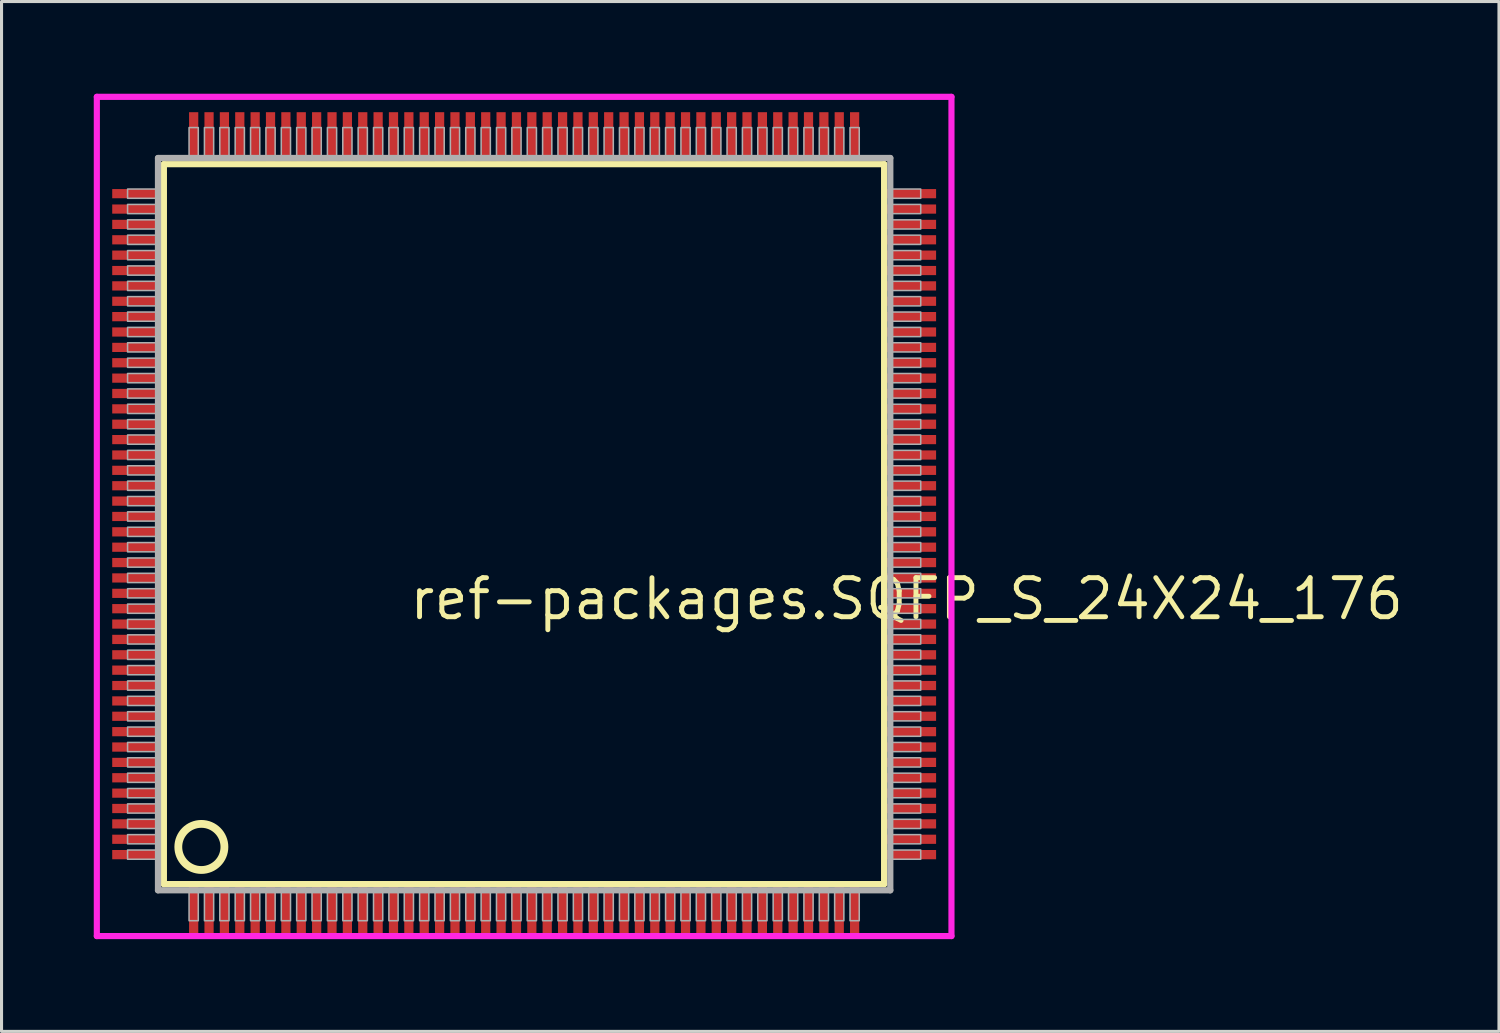
<source format=kicad_pcb>
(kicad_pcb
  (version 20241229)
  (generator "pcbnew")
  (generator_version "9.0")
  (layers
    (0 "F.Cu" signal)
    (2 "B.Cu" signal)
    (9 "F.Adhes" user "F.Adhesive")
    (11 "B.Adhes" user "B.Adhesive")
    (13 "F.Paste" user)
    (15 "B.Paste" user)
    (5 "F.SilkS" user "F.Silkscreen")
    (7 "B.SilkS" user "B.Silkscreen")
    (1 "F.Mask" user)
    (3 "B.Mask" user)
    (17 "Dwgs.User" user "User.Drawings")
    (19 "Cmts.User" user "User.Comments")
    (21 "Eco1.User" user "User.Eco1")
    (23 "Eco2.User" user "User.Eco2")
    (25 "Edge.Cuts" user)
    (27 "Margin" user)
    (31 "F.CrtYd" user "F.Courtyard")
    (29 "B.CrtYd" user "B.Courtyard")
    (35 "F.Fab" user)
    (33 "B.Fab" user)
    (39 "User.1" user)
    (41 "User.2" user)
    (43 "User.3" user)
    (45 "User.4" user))
  (footprint "ref-packages.SQFP_S_24X24_176"
    (layer "F.Cu")
    (at 14 14)
    (property "Reference" "ref-packages.SQFP_S_24X24_176" (at -3.81 3.175 0) (layer "F.SilkS") (effects (font (size 1.27 1.27) (thickness 0.16)) (justify left bottom)))
    (attr smd)
    (fp_line (start -11.72 -11.71) (end 11.71 -11.71) (stroke (width 0.203) (type default)) (layer "F.SilkS"))
    (fp_line (start -11.72 11.71) (end -11.72 -11.71) (stroke (width 0.203) (type default)) (layer "F.SilkS"))
    (fp_line (start 11.71 -11.71) (end 11.71 11.71) (stroke (width 0.203) (type default)) (layer "F.SilkS"))
    (fp_line (start 11.71 11.71) (end -11.72 11.71) (stroke (width 0.203) (type default)) (layer "F.SilkS"))
    (fp_circle (center -10.5 10.5) (end -9.75 10.5) (stroke (width 0.254) (type default)) (fill no) (layer "F.SilkS"))
    (fp_line (start -13.9 -13.9) (end 13.9 -13.9) (stroke (width 0.2) (type default)) (layer "F.CrtYd"))
    (fp_line (start -13.9 13.4) (end -13.9 -13.9) (stroke (width 0.2) (type default)) (layer "F.CrtYd"))
    (fp_line (start 13.9 -13.9) (end 13.9 13.4) (stroke (width 0.2) (type default)) (layer "F.CrtYd"))
    (fp_line (start 13.9 13.4) (end -13.9 13.4) (stroke (width 0.2) (type default)) (layer "F.CrtYd"))
    (fp_line (start -11.91 -11.91) (end -11.91 11.91) (stroke (width 0.203) (type default)) (layer "F.Fab"))
    (fp_line (start -11.91 11.91) (end 11.91 11.91) (stroke (width 0.203) (type default)) (layer "F.Fab"))
    (fp_line (start 11.91 -11.91) (end -11.91 -11.91) (stroke (width 0.203) (type default)) (layer "F.Fab"))
    (fp_line (start 11.91 11.91) (end 11.91 -11.91) (stroke (width 0.203) (type default)) (layer "F.Fab"))
    (fp_rect (start -12.9 -10.6) (end -11.95 -10.9) (stroke (width 0.05) (type default)) (fill no) (layer "F.Fab"))
    (fp_rect (start -12.9 -10.1) (end -11.95 -10.4) (stroke (width 0.05) (type default)) (fill no) (layer "F.Fab"))
    (fp_rect (start -12.9 -9.6) (end -11.95 -9.9) (stroke (width 0.05) (type default)) (fill no) (layer "F.Fab"))
    (fp_rect (start -12.9 -9.1) (end -11.95 -9.4) (stroke (width 0.05) (type default)) (fill no) (layer "F.Fab"))
    (fp_rect (start -12.9 -8.6) (end -11.95 -8.9) (stroke (width 0.05) (type default)) (fill no) (layer "F.Fab"))
    (fp_rect (start -12.9 -8.1) (end -11.95 -8.4) (stroke (width 0.05) (type default)) (fill no) (layer "F.Fab"))
    (fp_rect (start -12.9 -7.6) (end -11.95 -7.9) (stroke (width 0.05) (type default)) (fill no) (layer "F.Fab"))
    (fp_rect (start -12.9 -7.1) (end -11.95 -7.4) (stroke (width 0.05) (type default)) (fill no) (layer "F.Fab"))
    (fp_rect (start -12.9 -6.6) (end -11.95 -6.9) (stroke (width 0.05) (type default)) (fill no) (layer "F.Fab"))
    (fp_rect (start -12.9 -6.1) (end -11.95 -6.4) (stroke (width 0.05) (type default)) (fill no) (layer "F.Fab"))
    (fp_rect (start -12.9 -5.6) (end -11.95 -5.9) (stroke (width 0.05) (type default)) (fill no) (layer "F.Fab"))
    (fp_rect (start -12.9 -5.1) (end -11.95 -5.4) (stroke (width 0.05) (type default)) (fill no) (layer "F.Fab"))
    (fp_rect (start -12.9 -4.6) (end -11.95 -4.9) (stroke (width 0.05) (type default)) (fill no) (layer "F.Fab"))
    (fp_rect (start -12.9 -4.1) (end -11.95 -4.4) (stroke (width 0.05) (type default)) (fill no) (layer "F.Fab"))
    (fp_rect (start -12.9 -3.6) (end -11.95 -3.9) (stroke (width 0.05) (type default)) (fill no) (layer "F.Fab"))
    (fp_rect (start -12.9 -3.1) (end -11.95 -3.4) (stroke (width 0.05) (type default)) (fill no) (layer "F.Fab"))
    (fp_rect (start -12.9 -2.6) (end -11.95 -2.9) (stroke (width 0.05) (type default)) (fill no) (layer "F.Fab"))
    (fp_rect (start -12.9 -2.1) (end -11.95 -2.4) (stroke (width 0.05) (type default)) (fill no) (layer "F.Fab"))
    (fp_rect (start -12.9 -1.6) (end -11.95 -1.9) (stroke (width 0.05) (type default)) (fill no) (layer "F.Fab"))
    (fp_rect (start -12.9 -1.1) (end -11.95 -1.4) (stroke (width 0.05) (type default)) (fill no) (layer "F.Fab"))
    (fp_rect (start -12.9 -0.6) (end -11.95 -0.9) (stroke (width 0.05) (type default)) (fill no) (layer "F.Fab"))
    (fp_rect (start -12.9 -0.1) (end -11.95 -0.4) (stroke (width 0.05) (type default)) (fill no) (layer "F.Fab"))
    (fp_rect (start -12.9 0.4) (end -11.95 0.1) (stroke (width 0.05) (type default)) (fill no) (layer "F.Fab"))
    (fp_rect (start -12.9 0.9) (end -11.95 0.6) (stroke (width 0.05) (type default)) (fill no) (layer "F.Fab"))
    (fp_rect (start -12.9 1.4) (end -11.95 1.1) (stroke (width 0.05) (type default)) (fill no) (layer "F.Fab"))
    (fp_rect (start -12.9 1.9) (end -11.95 1.6) (stroke (width 0.05) (type default)) (fill no) (layer "F.Fab"))
    (fp_rect (start -12.9 2.4) (end -11.95 2.1) (stroke (width 0.05) (type default)) (fill no) (layer "F.Fab"))
    (fp_rect (start -12.9 2.9) (end -11.95 2.6) (stroke (width 0.05) (type default)) (fill no) (layer "F.Fab"))
    (fp_rect (start -12.9 3.4) (end -11.95 3.1) (stroke (width 0.05) (type default)) (fill no) (layer "F.Fab"))
    (fp_rect (start -12.9 3.9) (end -11.95 3.6) (stroke (width 0.05) (type default)) (fill no) (layer "F.Fab"))
    (fp_rect (start -12.9 4.4) (end -11.95 4.1) (stroke (width 0.05) (type default)) (fill no) (layer "F.Fab"))
    (fp_rect (start -12.9 4.9) (end -11.95 4.6) (stroke (width 0.05) (type default)) (fill no) (layer "F.Fab"))
    (fp_rect (start -12.9 5.4) (end -11.95 5.1) (stroke (width 0.05) (type default)) (fill no) (layer "F.Fab"))
    (fp_rect (start -12.9 5.9) (end -11.95 5.6) (stroke (width 0.05) (type default)) (fill no) (layer "F.Fab"))
    (fp_rect (start -12.9 6.4) (end -11.95 6.1) (stroke (width 0.05) (type default)) (fill no) (layer "F.Fab"))
    (fp_rect (start -12.9 6.9) (end -11.95 6.6) (stroke (width 0.05) (type default)) (fill no) (layer "F.Fab"))
    (fp_rect (start -12.9 7.4) (end -11.95 7.1) (stroke (width 0.05) (type default)) (fill no) (layer "F.Fab"))
    (fp_rect (start -12.9 7.9) (end -11.95 7.6) (stroke (width 0.05) (type default)) (fill no) (layer "F.Fab"))
    (fp_rect (start -12.9 8.4) (end -11.95 8.1) (stroke (width 0.05) (type default)) (fill no) (layer "F.Fab"))
    (fp_rect (start -12.9 8.9) (end -11.95 8.6) (stroke (width 0.05) (type default)) (fill no) (layer "F.Fab"))
    (fp_rect (start -12.9 9.4) (end -11.95 9.1) (stroke (width 0.05) (type default)) (fill no) (layer "F.Fab"))
    (fp_rect (start -12.9 9.9) (end -11.95 9.6) (stroke (width 0.05) (type default)) (fill no) (layer "F.Fab"))
    (fp_rect (start -12.9 10.4) (end -11.95 10.1) (stroke (width 0.05) (type default)) (fill no) (layer "F.Fab"))
    (fp_rect (start -12.9 10.9) (end -11.95 10.6) (stroke (width 0.05) (type default)) (fill no) (layer "F.Fab"))
    (fp_rect (start -10.9 -11.95) (end -10.6 -12.9) (stroke (width 0.05) (type default)) (fill no) (layer "F.Fab"))
    (fp_rect (start -10.9 12.9) (end -10.6 11.95) (stroke (width 0.05) (type default)) (fill no) (layer "F.Fab"))
    (fp_rect (start -10.4 -11.95) (end -10.1 -12.9) (stroke (width 0.05) (type default)) (fill no) (layer "F.Fab"))
    (fp_rect (start -10.4 12.9) (end -10.1 11.95) (stroke (width 0.05) (type default)) (fill no) (layer "F.Fab"))
    (fp_rect (start -9.9 -11.95) (end -9.6 -12.9) (stroke (width 0.05) (type default)) (fill no) (layer "F.Fab"))
    (fp_rect (start -9.9 12.9) (end -9.6 11.95) (stroke (width 0.05) (type default)) (fill no) (layer "F.Fab"))
    (fp_rect (start -9.4 -11.95) (end -9.1 -12.9) (stroke (width 0.05) (type default)) (fill no) (layer "F.Fab"))
    (fp_rect (start -9.4 12.9) (end -9.1 11.95) (stroke (width 0.05) (type default)) (fill no) (layer "F.Fab"))
    (fp_rect (start -8.9 -11.95) (end -8.6 -12.9) (stroke (width 0.05) (type default)) (fill no) (layer "F.Fab"))
    (fp_rect (start -8.9 12.9) (end -8.6 11.95) (stroke (width 0.05) (type default)) (fill no) (layer "F.Fab"))
    (fp_rect (start -8.4 -11.95) (end -8.1 -12.9) (stroke (width 0.05) (type default)) (fill no) (layer "F.Fab"))
    (fp_rect (start -8.4 12.9) (end -8.1 11.95) (stroke (width 0.05) (type default)) (fill no) (layer "F.Fab"))
    (fp_rect (start -7.9 -11.95) (end -7.6 -12.9) (stroke (width 0.05) (type default)) (fill no) (layer "F.Fab"))
    (fp_rect (start -7.9 12.9) (end -7.6 11.95) (stroke (width 0.05) (type default)) (fill no) (layer "F.Fab"))
    (fp_rect (start -7.4 -11.95) (end -7.1 -12.9) (stroke (width 0.05) (type default)) (fill no) (layer "F.Fab"))
    (fp_rect (start -7.4 12.9) (end -7.1 11.95) (stroke (width 0.05) (type default)) (fill no) (layer "F.Fab"))
    (fp_rect (start -6.9 -11.95) (end -6.6 -12.9) (stroke (width 0.05) (type default)) (fill no) (layer "F.Fab"))
    (fp_rect (start -6.9 12.9) (end -6.6 11.95) (stroke (width 0.05) (type default)) (fill no) (layer "F.Fab"))
    (fp_rect (start -6.4 -11.95) (end -6.1 -12.9) (stroke (width 0.05) (type default)) (fill no) (layer "F.Fab"))
    (fp_rect (start -6.4 12.9) (end -6.1 11.95) (stroke (width 0.05) (type default)) (fill no) (layer "F.Fab"))
    (fp_rect (start -5.9 -11.95) (end -5.6 -12.9) (stroke (width 0.05) (type default)) (fill no) (layer "F.Fab"))
    (fp_rect (start -5.9 12.9) (end -5.6 11.95) (stroke (width 0.05) (type default)) (fill no) (layer "F.Fab"))
    (fp_rect (start -5.4 -11.95) (end -5.1 -12.9) (stroke (width 0.05) (type default)) (fill no) (layer "F.Fab"))
    (fp_rect (start -5.4 12.9) (end -5.1 11.95) (stroke (width 0.05) (type default)) (fill no) (layer "F.Fab"))
    (fp_rect (start -4.9 -11.95) (end -4.6 -12.9) (stroke (width 0.05) (type default)) (fill no) (layer "F.Fab"))
    (fp_rect (start -4.9 12.9) (end -4.6 11.95) (stroke (width 0.05) (type default)) (fill no) (layer "F.Fab"))
    (fp_rect (start -4.4 -11.95) (end -4.1 -12.9) (stroke (width 0.05) (type default)) (fill no) (layer "F.Fab"))
    (fp_rect (start -4.4 12.9) (end -4.1 11.95) (stroke (width 0.05) (type default)) (fill no) (layer "F.Fab"))
    (fp_rect (start -3.9 -11.95) (end -3.6 -12.9) (stroke (width 0.05) (type default)) (fill no) (layer "F.Fab"))
    (fp_rect (start -3.9 12.9) (end -3.6 11.95) (stroke (width 0.05) (type default)) (fill no) (layer "F.Fab"))
    (fp_rect (start -3.4 -11.95) (end -3.1 -12.9) (stroke (width 0.05) (type default)) (fill no) (layer "F.Fab"))
    (fp_rect (start -3.4 12.9) (end -3.1 11.95) (stroke (width 0.05) (type default)) (fill no) (layer "F.Fab"))
    (fp_rect (start -2.9 -11.95) (end -2.6 -12.9) (stroke (width 0.05) (type default)) (fill no) (layer "F.Fab"))
    (fp_rect (start -2.9 12.9) (end -2.6 11.95) (stroke (width 0.05) (type default)) (fill no) (layer "F.Fab"))
    (fp_rect (start -2.4 -11.95) (end -2.1 -12.9) (stroke (width 0.05) (type default)) (fill no) (layer "F.Fab"))
    (fp_rect (start -2.4 12.9) (end -2.1 11.95) (stroke (width 0.05) (type default)) (fill no) (layer "F.Fab"))
    (fp_rect (start -1.9 -11.95) (end -1.6 -12.9) (stroke (width 0.05) (type default)) (fill no) (layer "F.Fab"))
    (fp_rect (start -1.9 12.9) (end -1.6 11.95) (stroke (width 0.05) (type default)) (fill no) (layer "F.Fab"))
    (fp_rect (start -1.4 -11.95) (end -1.1 -12.9) (stroke (width 0.05) (type default)) (fill no) (layer "F.Fab"))
    (fp_rect (start -1.4 12.9) (end -1.1 11.95) (stroke (width 0.05) (type default)) (fill no) (layer "F.Fab"))
    (fp_rect (start -0.9 -11.95) (end -0.6 -12.9) (stroke (width 0.05) (type default)) (fill no) (layer "F.Fab"))
    (fp_rect (start -0.9 12.9) (end -0.6 11.95) (stroke (width 0.05) (type default)) (fill no) (layer "F.Fab"))
    (fp_rect (start -0.4 -11.95) (end -0.1 -12.9) (stroke (width 0.05) (type default)) (fill no) (layer "F.Fab"))
    (fp_rect (start -0.4 12.9) (end -0.1 11.95) (stroke (width 0.05) (type default)) (fill no) (layer "F.Fab"))
    (fp_rect (start 0.1 -11.95) (end 0.4 -12.9) (stroke (width 0.05) (type default)) (fill no) (layer "F.Fab"))
    (fp_rect (start 0.1 12.9) (end 0.4 11.95) (stroke (width 0.05) (type default)) (fill no) (layer "F.Fab"))
    (fp_rect (start 0.6 -11.95) (end 0.9 -12.9) (stroke (width 0.05) (type default)) (fill no) (layer "F.Fab"))
    (fp_rect (start 0.6 12.9) (end 0.9 11.95) (stroke (width 0.05) (type default)) (fill no) (layer "F.Fab"))
    (fp_rect (start 1.1 -11.95) (end 1.4 -12.9) (stroke (width 0.05) (type default)) (fill no) (layer "F.Fab"))
    (fp_rect (start 1.1 12.9) (end 1.4 11.95) (stroke (width 0.05) (type default)) (fill no) (layer "F.Fab"))
    (fp_rect (start 1.6 -11.95) (end 1.9 -12.9) (stroke (width 0.05) (type default)) (fill no) (layer "F.Fab"))
    (fp_rect (start 1.6 12.9) (end 1.9 11.95) (stroke (width 0.05) (type default)) (fill no) (layer "F.Fab"))
    (fp_rect (start 2.1 -11.95) (end 2.4 -12.9) (stroke (width 0.05) (type default)) (fill no) (layer "F.Fab"))
    (fp_rect (start 2.1 12.9) (end 2.4 11.95) (stroke (width 0.05) (type default)) (fill no) (layer "F.Fab"))
    (fp_rect (start 2.6 -11.95) (end 2.9 -12.9) (stroke (width 0.05) (type default)) (fill no) (layer "F.Fab"))
    (fp_rect (start 2.6 12.9) (end 2.9 11.95) (stroke (width 0.05) (type default)) (fill no) (layer "F.Fab"))
    (fp_rect (start 3.1 -11.95) (end 3.4 -12.9) (stroke (width 0.05) (type default)) (fill no) (layer "F.Fab"))
    (fp_rect (start 3.1 12.9) (end 3.4 11.95) (stroke (width 0.05) (type default)) (fill no) (layer "F.Fab"))
    (fp_rect (start 3.6 -11.95) (end 3.9 -12.9) (stroke (width 0.05) (type default)) (fill no) (layer "F.Fab"))
    (fp_rect (start 3.6 12.9) (end 3.9 11.95) (stroke (width 0.05) (type default)) (fill no) (layer "F.Fab"))
    (fp_rect (start 4.1 -11.95) (end 4.4 -12.9) (stroke (width 0.05) (type default)) (fill no) (layer "F.Fab"))
    (fp_rect (start 4.1 12.9) (end 4.4 11.95) (stroke (width 0.05) (type default)) (fill no) (layer "F.Fab"))
    (fp_rect (start 4.6 -11.95) (end 4.9 -12.9) (stroke (width 0.05) (type default)) (fill no) (layer "F.Fab"))
    (fp_rect (start 4.6 12.9) (end 4.9 11.95) (stroke (width 0.05) (type default)) (fill no) (layer "F.Fab"))
    (fp_rect (start 5.1 -11.95) (end 5.4 -12.9) (stroke (width 0.05) (type default)) (fill no) (layer "F.Fab"))
    (fp_rect (start 5.1 12.9) (end 5.4 11.95) (stroke (width 0.05) (type default)) (fill no) (layer "F.Fab"))
    (fp_rect (start 5.6 -11.95) (end 5.9 -12.9) (stroke (width 0.05) (type default)) (fill no) (layer "F.Fab"))
    (fp_rect (start 5.6 12.9) (end 5.9 11.95) (stroke (width 0.05) (type default)) (fill no) (layer "F.Fab"))
    (fp_rect (start 6.1 -11.95) (end 6.4 -12.9) (stroke (width 0.05) (type default)) (fill no) (layer "F.Fab"))
    (fp_rect (start 6.1 12.9) (end 6.4 11.95) (stroke (width 0.05) (type default)) (fill no) (layer "F.Fab"))
    (fp_rect (start 6.6 -11.95) (end 6.9 -12.9) (stroke (width 0.05) (type default)) (fill no) (layer "F.Fab"))
    (fp_rect (start 6.6 12.9) (end 6.9 11.95) (stroke (width 0.05) (type default)) (fill no) (layer "F.Fab"))
    (fp_rect (start 7.1 -11.95) (end 7.4 -12.9) (stroke (width 0.05) (type default)) (fill no) (layer "F.Fab"))
    (fp_rect (start 7.1 12.9) (end 7.4 11.95) (stroke (width 0.05) (type default)) (fill no) (layer "F.Fab"))
    (fp_rect (start 7.6 -11.95) (end 7.9 -12.9) (stroke (width 0.05) (type default)) (fill no) (layer "F.Fab"))
    (fp_rect (start 7.6 12.9) (end 7.9 11.95) (stroke (width 0.05) (type default)) (fill no) (layer "F.Fab"))
    (fp_rect (start 8.1 -11.95) (end 8.4 -12.9) (stroke (width 0.05) (type default)) (fill no) (layer "F.Fab"))
    (fp_rect (start 8.1 12.9) (end 8.4 11.95) (stroke (width 0.05) (type default)) (fill no) (layer "F.Fab"))
    (fp_rect (start 8.6 -11.95) (end 8.9 -12.9) (stroke (width 0.05) (type default)) (fill no) (layer "F.Fab"))
    (fp_rect (start 8.6 12.9) (end 8.9 11.95) (stroke (width 0.05) (type default)) (fill no) (layer "F.Fab"))
    (fp_rect (start 9.1 -11.95) (end 9.4 -12.9) (stroke (width 0.05) (type default)) (fill no) (layer "F.Fab"))
    (fp_rect (start 9.1 12.9) (end 9.4 11.95) (stroke (width 0.05) (type default)) (fill no) (layer "F.Fab"))
    (fp_rect (start 9.6 -11.95) (end 9.9 -12.9) (stroke (width 0.05) (type default)) (fill no) (layer "F.Fab"))
    (fp_rect (start 9.6 12.9) (end 9.9 11.95) (stroke (width 0.05) (type default)) (fill no) (layer "F.Fab"))
    (fp_rect (start 10.1 -11.95) (end 10.4 -12.9) (stroke (width 0.05) (type default)) (fill no) (layer "F.Fab"))
    (fp_rect (start 10.1 12.9) (end 10.4 11.95) (stroke (width 0.05) (type default)) (fill no) (layer "F.Fab"))
    (fp_rect (start 10.6 -11.95) (end 10.9 -12.9) (stroke (width 0.05) (type default)) (fill no) (layer "F.Fab"))
    (fp_rect (start 10.6 12.9) (end 10.9 11.95) (stroke (width 0.05) (type default)) (fill no) (layer "F.Fab"))
    (fp_rect (start 11.95 -10.6) (end 12.9 -10.9) (stroke (width 0.05) (type default)) (fill no) (layer "F.Fab"))
    (fp_rect (start 11.95 -10.1) (end 12.9 -10.4) (stroke (width 0.05) (type default)) (fill no) (layer "F.Fab"))
    (fp_rect (start 11.95 -9.6) (end 12.9 -9.9) (stroke (width 0.05) (type default)) (fill no) (layer "F.Fab"))
    (fp_rect (start 11.95 -9.1) (end 12.9 -9.4) (stroke (width 0.05) (type default)) (fill no) (layer "F.Fab"))
    (fp_rect (start 11.95 -8.6) (end 12.9 -8.9) (stroke (width 0.05) (type default)) (fill no) (layer "F.Fab"))
    (fp_rect (start 11.95 -8.1) (end 12.9 -8.4) (stroke (width 0.05) (type default)) (fill no) (layer "F.Fab"))
    (fp_rect (start 11.95 -7.6) (end 12.9 -7.9) (stroke (width 0.05) (type default)) (fill no) (layer "F.Fab"))
    (fp_rect (start 11.95 -7.1) (end 12.9 -7.4) (stroke (width 0.05) (type default)) (fill no) (layer "F.Fab"))
    (fp_rect (start 11.95 -6.6) (end 12.9 -6.9) (stroke (width 0.05) (type default)) (fill no) (layer "F.Fab"))
    (fp_rect (start 11.95 -6.1) (end 12.9 -6.4) (stroke (width 0.05) (type default)) (fill no) (layer "F.Fab"))
    (fp_rect (start 11.95 -5.6) (end 12.9 -5.9) (stroke (width 0.05) (type default)) (fill no) (layer "F.Fab"))
    (fp_rect (start 11.95 -5.1) (end 12.9 -5.4) (stroke (width 0.05) (type default)) (fill no) (layer "F.Fab"))
    (fp_rect (start 11.95 -4.6) (end 12.9 -4.9) (stroke (width 0.05) (type default)) (fill no) (layer "F.Fab"))
    (fp_rect (start 11.95 -4.1) (end 12.9 -4.4) (stroke (width 0.05) (type default)) (fill no) (layer "F.Fab"))
    (fp_rect (start 11.95 -3.6) (end 12.9 -3.9) (stroke (width 0.05) (type default)) (fill no) (layer "F.Fab"))
    (fp_rect (start 11.95 -3.1) (end 12.9 -3.4) (stroke (width 0.05) (type default)) (fill no) (layer "F.Fab"))
    (fp_rect (start 11.95 -2.6) (end 12.9 -2.9) (stroke (width 0.05) (type default)) (fill no) (layer "F.Fab"))
    (fp_rect (start 11.95 -2.1) (end 12.9 -2.4) (stroke (width 0.05) (type default)) (fill no) (layer "F.Fab"))
    (fp_rect (start 11.95 -1.6) (end 12.9 -1.9) (stroke (width 0.05) (type default)) (fill no) (layer "F.Fab"))
    (fp_rect (start 11.95 -1.1) (end 12.9 -1.4) (stroke (width 0.05) (type default)) (fill no) (layer "F.Fab"))
    (fp_rect (start 11.95 -0.6) (end 12.9 -0.9) (stroke (width 0.05) (type default)) (fill no) (layer "F.Fab"))
    (fp_rect (start 11.95 -0.1) (end 12.9 -0.4) (stroke (width 0.05) (type default)) (fill no) (layer "F.Fab"))
    (fp_rect (start 11.95 0.4) (end 12.9 0.1) (stroke (width 0.05) (type default)) (fill no) (layer "F.Fab"))
    (fp_rect (start 11.95 0.9) (end 12.9 0.6) (stroke (width 0.05) (type default)) (fill no) (layer "F.Fab"))
    (fp_rect (start 11.95 1.4) (end 12.9 1.1) (stroke (width 0.05) (type default)) (fill no) (layer "F.Fab"))
    (fp_rect (start 11.95 1.9) (end 12.9 1.6) (stroke (width 0.05) (type default)) (fill no) (layer "F.Fab"))
    (fp_rect (start 11.95 2.4) (end 12.9 2.1) (stroke (width 0.05) (type default)) (fill no) (layer "F.Fab"))
    (fp_rect (start 11.95 2.9) (end 12.9 2.6) (stroke (width 0.05) (type default)) (fill no) (layer "F.Fab"))
    (fp_rect (start 11.95 3.4) (end 12.9 3.1) (stroke (width 0.05) (type default)) (fill no) (layer "F.Fab"))
    (fp_rect (start 11.95 3.9) (end 12.9 3.6) (stroke (width 0.05) (type default)) (fill no) (layer "F.Fab"))
    (fp_rect (start 11.95 4.4) (end 12.9 4.1) (stroke (width 0.05) (type default)) (fill no) (layer "F.Fab"))
    (fp_rect (start 11.95 4.9) (end 12.9 4.6) (stroke (width 0.05) (type default)) (fill no) (layer "F.Fab"))
    (fp_rect (start 11.95 5.4) (end 12.9 5.1) (stroke (width 0.05) (type default)) (fill no) (layer "F.Fab"))
    (fp_rect (start 11.95 5.9) (end 12.9 5.6) (stroke (width 0.05) (type default)) (fill no) (layer "F.Fab"))
    (fp_rect (start 11.95 6.4) (end 12.9 6.1) (stroke (width 0.05) (type default)) (fill no) (layer "F.Fab"))
    (fp_rect (start 11.95 6.9) (end 12.9 6.6) (stroke (width 0.05) (type default)) (fill no) (layer "F.Fab"))
    (fp_rect (start 11.95 7.4) (end 12.9 7.1) (stroke (width 0.05) (type default)) (fill no) (layer "F.Fab"))
    (fp_rect (start 11.95 7.9) (end 12.9 7.6) (stroke (width 0.05) (type default)) (fill no) (layer "F.Fab"))
    (fp_rect (start 11.95 8.4) (end 12.9 8.1) (stroke (width 0.05) (type default)) (fill no) (layer "F.Fab"))
    (fp_rect (start 11.95 8.9) (end 12.9 8.6) (stroke (width 0.05) (type default)) (fill no) (layer "F.Fab"))
    (fp_rect (start 11.95 9.4) (end 12.9 9.1) (stroke (width 0.05) (type default)) (fill no) (layer "F.Fab"))
    (fp_rect (start 11.95 9.9) (end 12.9 9.6) (stroke (width 0.05) (type default)) (fill no) (layer "F.Fab"))
    (fp_rect (start 11.95 10.4) (end 12.9 10.1) (stroke (width 0.05) (type default)) (fill no) (layer "F.Fab"))
    (fp_rect (start 11.95 10.9) (end 12.9 10.6) (stroke (width 0.05) (type default)) (fill no) (layer "F.Fab"))
    (pad "1" smd roundrect (at -10.75 12.6) (size 0.3 1.6) (layers "F.Cu" "F.Mask" "F.Paste") (roundrect_rratio 0.01))
    (pad "2" smd roundrect (at -10.25 12.6) (size 0.3 1.6) (layers "F.Cu" "F.Mask" "F.Paste") (roundrect_rratio 0.01))
    (pad "3" smd roundrect (at -9.75 12.6) (size 0.3 1.6) (layers "F.Cu" "F.Mask" "F.Paste") (roundrect_rratio 0.01))
    (pad "4" smd roundrect (at -9.25 12.6) (size 0.3 1.6) (layers "F.Cu" "F.Mask" "F.Paste") (roundrect_rratio 0.01))
    (pad "5" smd roundrect (at -8.75 12.6) (size 0.3 1.6) (layers "F.Cu" "F.Mask" "F.Paste") (roundrect_rratio 0.01))
    (pad "6" smd roundrect (at -8.25 12.6) (size 0.3 1.6) (layers "F.Cu" "F.Mask" "F.Paste") (roundrect_rratio 0.01))
    (pad "7" smd roundrect (at -7.75 12.6) (size 0.3 1.6) (layers "F.Cu" "F.Mask" "F.Paste") (roundrect_rratio 0.01))
    (pad "8" smd roundrect (at -7.25 12.6) (size 0.3 1.6) (layers "F.Cu" "F.Mask" "F.Paste") (roundrect_rratio 0.01))
    (pad "9" smd roundrect (at -6.75 12.6) (size 0.3 1.6) (layers "F.Cu" "F.Mask" "F.Paste") (roundrect_rratio 0.01))
    (pad "10" smd roundrect (at -6.25 12.6) (size 0.3 1.6) (layers "F.Cu" "F.Mask" "F.Paste") (roundrect_rratio 0.01))
    (pad "11" smd roundrect (at -5.75 12.6) (size 0.3 1.6) (layers "F.Cu" "F.Mask" "F.Paste") (roundrect_rratio 0.01))
    (pad "12" smd roundrect (at -5.25 12.6) (size 0.3 1.6) (layers "F.Cu" "F.Mask" "F.Paste") (roundrect_rratio 0.01))
    (pad "13" smd roundrect (at -4.75 12.6) (size 0.3 1.6) (layers "F.Cu" "F.Mask" "F.Paste") (roundrect_rratio 0.01))
    (pad "14" smd roundrect (at -4.25 12.6) (size 0.3 1.6) (layers "F.Cu" "F.Mask" "F.Paste") (roundrect_rratio 0.01))
    (pad "15" smd roundrect (at -3.75 12.6) (size 0.3 1.6) (layers "F.Cu" "F.Mask" "F.Paste") (roundrect_rratio 0.01))
    (pad "16" smd roundrect (at -3.25 12.6) (size 0.3 1.6) (layers "F.Cu" "F.Mask" "F.Paste") (roundrect_rratio 0.01))
    (pad "17" smd roundrect (at -2.75 12.6) (size 0.3 1.6) (layers "F.Cu" "F.Mask" "F.Paste") (roundrect_rratio 0.01))
    (pad "18" smd roundrect (at -2.25 12.6) (size 0.3 1.6) (layers "F.Cu" "F.Mask" "F.Paste") (roundrect_rratio 0.01))
    (pad "19" smd roundrect (at -1.75 12.6) (size 0.3 1.6) (layers "F.Cu" "F.Mask" "F.Paste") (roundrect_rratio 0.01))
    (pad "20" smd roundrect (at -1.25 12.6) (size 0.3 1.6) (layers "F.Cu" "F.Mask" "F.Paste") (roundrect_rratio 0.01))
    (pad "21" smd roundrect (at -0.75 12.6) (size 0.3 1.6) (layers "F.Cu" "F.Mask" "F.Paste") (roundrect_rratio 0.01))
    (pad "22" smd roundrect (at -0.25 12.6) (size 0.3 1.6) (layers "F.Cu" "F.Mask" "F.Paste") (roundrect_rratio 0.01))
    (pad "23" smd roundrect (at 0.25 12.6) (size 0.3 1.6) (layers "F.Cu" "F.Mask" "F.Paste") (roundrect_rratio 0.01))
    (pad "24" smd roundrect (at 0.75 12.6) (size 0.3 1.6) (layers "F.Cu" "F.Mask" "F.Paste") (roundrect_rratio 0.01))
    (pad "25" smd roundrect (at 1.25 12.6) (size 0.3 1.6) (layers "F.Cu" "F.Mask" "F.Paste") (roundrect_rratio 0.01))
    (pad "26" smd roundrect (at 1.75 12.6) (size 0.3 1.6) (layers "F.Cu" "F.Mask" "F.Paste") (roundrect_rratio 0.01))
    (pad "27" smd roundrect (at 2.25 12.6) (size 0.3 1.6) (layers "F.Cu" "F.Mask" "F.Paste") (roundrect_rratio 0.01))
    (pad "28" smd roundrect (at 2.75 12.6) (size 0.3 1.6) (layers "F.Cu" "F.Mask" "F.Paste") (roundrect_rratio 0.01))
    (pad "29" smd roundrect (at 3.25 12.6) (size 0.3 1.6) (layers "F.Cu" "F.Mask" "F.Paste") (roundrect_rratio 0.01))
    (pad "30" smd roundrect (at 3.75 12.6) (size 0.3 1.6) (layers "F.Cu" "F.Mask" "F.Paste") (roundrect_rratio 0.01))
    (pad "31" smd roundrect (at 4.25 12.6) (size 0.3 1.6) (layers "F.Cu" "F.Mask" "F.Paste") (roundrect_rratio 0.01))
    (pad "32" smd roundrect (at 4.75 12.6) (size 0.3 1.6) (layers "F.Cu" "F.Mask" "F.Paste") (roundrect_rratio 0.01))
    (pad "33" smd roundrect (at 5.25 12.6) (size 0.3 1.6) (layers "F.Cu" "F.Mask" "F.Paste") (roundrect_rratio 0.01))
    (pad "34" smd roundrect (at 5.75 12.6) (size 0.3 1.6) (layers "F.Cu" "F.Mask" "F.Paste") (roundrect_rratio 0.01))
    (pad "35" smd roundrect (at 6.25 12.6) (size 0.3 1.6) (layers "F.Cu" "F.Mask" "F.Paste") (roundrect_rratio 0.01))
    (pad "36" smd roundrect (at 6.75 12.6) (size 0.3 1.6) (layers "F.Cu" "F.Mask" "F.Paste") (roundrect_rratio 0.01))
    (pad "37" smd roundrect (at 7.25 12.6) (size 0.3 1.6) (layers "F.Cu" "F.Mask" "F.Paste") (roundrect_rratio 0.01))
    (pad "38" smd roundrect (at 7.75 12.6) (size 0.3 1.6) (layers "F.Cu" "F.Mask" "F.Paste") (roundrect_rratio 0.01))
    (pad "39" smd roundrect (at 8.25 12.6) (size 0.3 1.6) (layers "F.Cu" "F.Mask" "F.Paste") (roundrect_rratio 0.01))
    (pad "40" smd roundrect (at 8.75 12.6) (size 0.3 1.6) (layers "F.Cu" "F.Mask" "F.Paste") (roundrect_rratio 0.01))
    (pad "41" smd roundrect (at 9.25 12.6) (size 0.3 1.6) (layers "F.Cu" "F.Mask" "F.Paste") (roundrect_rratio 0.01))
    (pad "42" smd roundrect (at 9.75 12.6) (size 0.3 1.6) (layers "F.Cu" "F.Mask" "F.Paste") (roundrect_rratio 0.01))
    (pad "43" smd roundrect (at 10.25 12.6) (size 0.3 1.6) (layers "F.Cu" "F.Mask" "F.Paste") (roundrect_rratio 0.01))
    (pad "44" smd roundrect (at 10.75 12.6) (size 0.3 1.6) (layers "F.Cu" "F.Mask" "F.Paste") (roundrect_rratio 0.01))
    (pad "45" smd roundrect (at 12.6 10.75) (size 1.6 0.3) (layers "F.Cu" "F.Mask" "F.Paste") (roundrect_rratio 0.01))
    (pad "46" smd roundrect (at 12.6 10.25) (size 1.6 0.3) (layers "F.Cu" "F.Mask" "F.Paste") (roundrect_rratio 0.01))
    (pad "47" smd roundrect (at 12.6 9.75) (size 1.6 0.3) (layers "F.Cu" "F.Mask" "F.Paste") (roundrect_rratio 0.01))
    (pad "48" smd roundrect (at 12.6 9.25) (size 1.6 0.3) (layers "F.Cu" "F.Mask" "F.Paste") (roundrect_rratio 0.01))
    (pad "49" smd roundrect (at 12.6 8.75) (size 1.6 0.3) (layers "F.Cu" "F.Mask" "F.Paste") (roundrect_rratio 0.01))
    (pad "50" smd roundrect (at 12.6 8.25) (size 1.6 0.3) (layers "F.Cu" "F.Mask" "F.Paste") (roundrect_rratio 0.01))
    (pad "51" smd roundrect (at 12.6 7.75) (size 1.6 0.3) (layers "F.Cu" "F.Mask" "F.Paste") (roundrect_rratio 0.01))
    (pad "52" smd roundrect (at 12.6 7.25) (size 1.6 0.3) (layers "F.Cu" "F.Mask" "F.Paste") (roundrect_rratio 0.01))
    (pad "53" smd roundrect (at 12.6 6.75) (size 1.6 0.3) (layers "F.Cu" "F.Mask" "F.Paste") (roundrect_rratio 0.01))
    (pad "54" smd roundrect (at 12.6 6.25) (size 1.6 0.3) (layers "F.Cu" "F.Mask" "F.Paste") (roundrect_rratio 0.01))
    (pad "55" smd roundrect (at 12.6 5.75) (size 1.6 0.3) (layers "F.Cu" "F.Mask" "F.Paste") (roundrect_rratio 0.01))
    (pad "56" smd roundrect (at 12.6 5.25) (size 1.6 0.3) (layers "F.Cu" "F.Mask" "F.Paste") (roundrect_rratio 0.01))
    (pad "57" smd roundrect (at 12.6 4.75) (size 1.6 0.3) (layers "F.Cu" "F.Mask" "F.Paste") (roundrect_rratio 0.01))
    (pad "58" smd roundrect (at 12.6 4.25) (size 1.6 0.3) (layers "F.Cu" "F.Mask" "F.Paste") (roundrect_rratio 0.01))
    (pad "59" smd roundrect (at 12.6 3.75) (size 1.6 0.3) (layers "F.Cu" "F.Mask" "F.Paste") (roundrect_rratio 0.01))
    (pad "60" smd roundrect (at 12.6 3.25) (size 1.6 0.3) (layers "F.Cu" "F.Mask" "F.Paste") (roundrect_rratio 0.01))
    (pad "61" smd roundrect (at 12.6 2.75) (size 1.6 0.3) (layers "F.Cu" "F.Mask" "F.Paste") (roundrect_rratio 0.01))
    (pad "62" smd roundrect (at 12.6 2.25) (size 1.6 0.3) (layers "F.Cu" "F.Mask" "F.Paste") (roundrect_rratio 0.01))
    (pad "63" smd roundrect (at 12.6 1.75) (size 1.6 0.3) (layers "F.Cu" "F.Mask" "F.Paste") (roundrect_rratio 0.01))
    (pad "64" smd roundrect (at 12.6 1.25) (size 1.6 0.3) (layers "F.Cu" "F.Mask" "F.Paste") (roundrect_rratio 0.01))
    (pad "65" smd roundrect (at 12.6 0.75) (size 1.6 0.3) (layers "F.Cu" "F.Mask" "F.Paste") (roundrect_rratio 0.01))
    (pad "66" smd roundrect (at 12.6 0.25) (size 1.6 0.3) (layers "F.Cu" "F.Mask" "F.Paste") (roundrect_rratio 0.01))
    (pad "67" smd roundrect (at 12.6 -0.25) (size 1.6 0.3) (layers "F.Cu" "F.Mask" "F.Paste") (roundrect_rratio 0.01))
    (pad "68" smd roundrect (at 12.6 -0.75) (size 1.6 0.3) (layers "F.Cu" "F.Mask" "F.Paste") (roundrect_rratio 0.01))
    (pad "69" smd roundrect (at 12.6 -1.25) (size 1.6 0.3) (layers "F.Cu" "F.Mask" "F.Paste") (roundrect_rratio 0.01))
    (pad "70" smd roundrect (at 12.6 -1.75) (size 1.6 0.3) (layers "F.Cu" "F.Mask" "F.Paste") (roundrect_rratio 0.01))
    (pad "71" smd roundrect (at 12.6 -2.25) (size 1.6 0.3) (layers "F.Cu" "F.Mask" "F.Paste") (roundrect_rratio 0.01))
    (pad "72" smd roundrect (at 12.6 -2.75) (size 1.6 0.3) (layers "F.Cu" "F.Mask" "F.Paste") (roundrect_rratio 0.01))
    (pad "73" smd roundrect (at 12.6 -3.25) (size 1.6 0.3) (layers "F.Cu" "F.Mask" "F.Paste") (roundrect_rratio 0.01))
    (pad "74" smd roundrect (at 12.6 -3.75) (size 1.6 0.3) (layers "F.Cu" "F.Mask" "F.Paste") (roundrect_rratio 0.01))
    (pad "75" smd roundrect (at 12.6 -4.25) (size 1.6 0.3) (layers "F.Cu" "F.Mask" "F.Paste") (roundrect_rratio 0.01))
    (pad "76" smd roundrect (at 12.6 -4.75) (size 1.6 0.3) (layers "F.Cu" "F.Mask" "F.Paste") (roundrect_rratio 0.01))
    (pad "77" smd roundrect (at 12.6 -5.25) (size 1.6 0.3) (layers "F.Cu" "F.Mask" "F.Paste") (roundrect_rratio 0.01))
    (pad "78" smd roundrect (at 12.6 -5.75) (size 1.6 0.3) (layers "F.Cu" "F.Mask" "F.Paste") (roundrect_rratio 0.01))
    (pad "79" smd roundrect (at 12.6 -6.25) (size 1.6 0.3) (layers "F.Cu" "F.Mask" "F.Paste") (roundrect_rratio 0.01))
    (pad "80" smd roundrect (at 12.6 -6.75) (size 1.6 0.3) (layers "F.Cu" "F.Mask" "F.Paste") (roundrect_rratio 0.01))
    (pad "81" smd roundrect (at 12.6 -7.25) (size 1.6 0.3) (layers "F.Cu" "F.Mask" "F.Paste") (roundrect_rratio 0.01))
    (pad "82" smd roundrect (at 12.6 -7.75) (size 1.6 0.3) (layers "F.Cu" "F.Mask" "F.Paste") (roundrect_rratio 0.01))
    (pad "83" smd roundrect (at 12.6 -8.25) (size 1.6 0.3) (layers "F.Cu" "F.Mask" "F.Paste") (roundrect_rratio 0.01))
    (pad "84" smd roundrect (at 12.6 -8.75) (size 1.6 0.3) (layers "F.Cu" "F.Mask" "F.Paste") (roundrect_rratio 0.01))
    (pad "85" smd roundrect (at 12.6 -9.25) (size 1.6 0.3) (layers "F.Cu" "F.Mask" "F.Paste") (roundrect_rratio 0.01))
    (pad "86" smd roundrect (at 12.6 -9.75) (size 1.6 0.3) (layers "F.Cu" "F.Mask" "F.Paste") (roundrect_rratio 0.01))
    (pad "87" smd roundrect (at 12.6 -10.25) (size 1.6 0.3) (layers "F.Cu" "F.Mask" "F.Paste") (roundrect_rratio 0.01))
    (pad "88" smd roundrect (at 12.6 -10.75) (size 1.6 0.3) (layers "F.Cu" "F.Mask" "F.Paste") (roundrect_rratio 0.01))
    (pad "89" smd roundrect (at 10.75 -12.6) (size 0.3 1.6) (layers "F.Cu" "F.Mask" "F.Paste") (roundrect_rratio 0.01))
    (pad "90" smd roundrect (at 10.25 -12.6) (size 0.3 1.6) (layers "F.Cu" "F.Mask" "F.Paste") (roundrect_rratio 0.01))
    (pad "91" smd roundrect (at 9.75 -12.6) (size 0.3 1.6) (layers "F.Cu" "F.Mask" "F.Paste") (roundrect_rratio 0.01))
    (pad "92" smd roundrect (at 9.25 -12.6) (size 0.3 1.6) (layers "F.Cu" "F.Mask" "F.Paste") (roundrect_rratio 0.01))
    (pad "93" smd roundrect (at 8.75 -12.6) (size 0.3 1.6) (layers "F.Cu" "F.Mask" "F.Paste") (roundrect_rratio 0.01))
    (pad "94" smd roundrect (at 8.25 -12.6) (size 0.3 1.6) (layers "F.Cu" "F.Mask" "F.Paste") (roundrect_rratio 0.01))
    (pad "95" smd roundrect (at 7.75 -12.6) (size 0.3 1.6) (layers "F.Cu" "F.Mask" "F.Paste") (roundrect_rratio 0.01))
    (pad "96" smd roundrect (at 7.25 -12.6) (size 0.3 1.6) (layers "F.Cu" "F.Mask" "F.Paste") (roundrect_rratio 0.01))
    (pad "97" smd roundrect (at 6.75 -12.6) (size 0.3 1.6) (layers "F.Cu" "F.Mask" "F.Paste") (roundrect_rratio 0.01))
    (pad "98" smd roundrect (at 6.25 -12.6) (size 0.3 1.6) (layers "F.Cu" "F.Mask" "F.Paste") (roundrect_rratio 0.01))
    (pad "99" smd roundrect (at 5.75 -12.6) (size 0.3 1.6) (layers "F.Cu" "F.Mask" "F.Paste") (roundrect_rratio 0.01))
    (pad "100" smd roundrect (at 5.25 -12.6) (size 0.3 1.6) (layers "F.Cu" "F.Mask" "F.Paste") (roundrect_rratio 0.01))
    (pad "101" smd roundrect (at 4.75 -12.6) (size 0.3 1.6) (layers "F.Cu" "F.Mask" "F.Paste") (roundrect_rratio 0.01))
    (pad "102" smd roundrect (at 4.25 -12.6) (size 0.3 1.6) (layers "F.Cu" "F.Mask" "F.Paste") (roundrect_rratio 0.01))
    (pad "103" smd roundrect (at 3.75 -12.6) (size 0.3 1.6) (layers "F.Cu" "F.Mask" "F.Paste") (roundrect_rratio 0.01))
    (pad "104" smd roundrect (at 3.25 -12.6) (size 0.3 1.6) (layers "F.Cu" "F.Mask" "F.Paste") (roundrect_rratio 0.01))
    (pad "105" smd roundrect (at 2.75 -12.6) (size 0.3 1.6) (layers "F.Cu" "F.Mask" "F.Paste") (roundrect_rratio 0.01))
    (pad "106" smd roundrect (at 2.25 -12.6) (size 0.3 1.6) (layers "F.Cu" "F.Mask" "F.Paste") (roundrect_rratio 0.01))
    (pad "107" smd roundrect (at 1.75 -12.6) (size 0.3 1.6) (layers "F.Cu" "F.Mask" "F.Paste") (roundrect_rratio 0.01))
    (pad "108" smd roundrect (at 1.25 -12.6) (size 0.3 1.6) (layers "F.Cu" "F.Mask" "F.Paste") (roundrect_rratio 0.01))
    (pad "109" smd roundrect (at 0.75 -12.6) (size 0.3 1.6) (layers "F.Cu" "F.Mask" "F.Paste") (roundrect_rratio 0.01))
    (pad "110" smd roundrect (at 0.25 -12.6) (size 0.3 1.6) (layers "F.Cu" "F.Mask" "F.Paste") (roundrect_rratio 0.01))
    (pad "111" smd roundrect (at -0.25 -12.6) (size 0.3 1.6) (layers "F.Cu" "F.Mask" "F.Paste") (roundrect_rratio 0.01))
    (pad "112" smd roundrect (at -0.75 -12.6) (size 0.3 1.6) (layers "F.Cu" "F.Mask" "F.Paste") (roundrect_rratio 0.01))
    (pad "113" smd roundrect (at -1.25 -12.6) (size 0.3 1.6) (layers "F.Cu" "F.Mask" "F.Paste") (roundrect_rratio 0.01))
    (pad "114" smd roundrect (at -1.75 -12.6) (size 0.3 1.6) (layers "F.Cu" "F.Mask" "F.Paste") (roundrect_rratio 0.01))
    (pad "115" smd roundrect (at -2.25 -12.6) (size 0.3 1.6) (layers "F.Cu" "F.Mask" "F.Paste") (roundrect_rratio 0.01))
    (pad "116" smd roundrect (at -2.75 -12.6) (size 0.3 1.6) (layers "F.Cu" "F.Mask" "F.Paste") (roundrect_rratio 0.01))
    (pad "117" smd roundrect (at -3.25 -12.6) (size 0.3 1.6) (layers "F.Cu" "F.Mask" "F.Paste") (roundrect_rratio 0.01))
    (pad "118" smd roundrect (at -3.75 -12.6) (size 0.3 1.6) (layers "F.Cu" "F.Mask" "F.Paste") (roundrect_rratio 0.01))
    (pad "119" smd roundrect (at -4.25 -12.6) (size 0.3 1.6) (layers "F.Cu" "F.Mask" "F.Paste") (roundrect_rratio 0.01))
    (pad "120" smd roundrect (at -4.75 -12.6) (size 0.3 1.6) (layers "F.Cu" "F.Mask" "F.Paste") (roundrect_rratio 0.01))
    (pad "121" smd roundrect (at -5.25 -12.6) (size 0.3 1.6) (layers "F.Cu" "F.Mask" "F.Paste") (roundrect_rratio 0.01))
    (pad "122" smd roundrect (at -5.75 -12.6) (size 0.3 1.6) (layers "F.Cu" "F.Mask" "F.Paste") (roundrect_rratio 0.01))
    (pad "123" smd roundrect (at -6.25 -12.6) (size 0.3 1.6) (layers "F.Cu" "F.Mask" "F.Paste") (roundrect_rratio 0.01))
    (pad "124" smd roundrect (at -6.75 -12.6) (size 0.3 1.6) (layers "F.Cu" "F.Mask" "F.Paste") (roundrect_rratio 0.01))
    (pad "125" smd roundrect (at -7.25 -12.6) (size 0.3 1.6) (layers "F.Cu" "F.Mask" "F.Paste") (roundrect_rratio 0.01))
    (pad "126" smd roundrect (at -7.75 -12.6) (size 0.3 1.6) (layers "F.Cu" "F.Mask" "F.Paste") (roundrect_rratio 0.01))
    (pad "127" smd roundrect (at -8.25 -12.6) (size 0.3 1.6) (layers "F.Cu" "F.Mask" "F.Paste") (roundrect_rratio 0.01))
    (pad "128" smd roundrect (at -8.75 -12.6) (size 0.3 1.6) (layers "F.Cu" "F.Mask" "F.Paste") (roundrect_rratio 0.01))
    (pad "129" smd roundrect (at -9.25 -12.6) (size 0.3 1.6) (layers "F.Cu" "F.Mask" "F.Paste") (roundrect_rratio 0.01))
    (pad "130" smd roundrect (at -9.75 -12.6) (size 0.3 1.6) (layers "F.Cu" "F.Mask" "F.Paste") (roundrect_rratio 0.01))
    (pad "131" smd roundrect (at -10.25 -12.6) (size 0.3 1.6) (layers "F.Cu" "F.Mask" "F.Paste") (roundrect_rratio 0.01))
    (pad "132" smd roundrect (at -10.75 -12.6) (size 0.3 1.6) (layers "F.Cu" "F.Mask" "F.Paste") (roundrect_rratio 0.01))
    (pad "133" smd roundrect (at -12.6 -10.75) (size 1.6 0.3) (layers "F.Cu" "F.Mask" "F.Paste") (roundrect_rratio 0.01))
    (pad "134" smd roundrect (at -12.6 -10.25) (size 1.6 0.3) (layers "F.Cu" "F.Mask" "F.Paste") (roundrect_rratio 0.01))
    (pad "135" smd roundrect (at -12.6 -9.75) (size 1.6 0.3) (layers "F.Cu" "F.Mask" "F.Paste") (roundrect_rratio 0.01))
    (pad "136" smd roundrect (at -12.6 -9.25) (size 1.6 0.3) (layers "F.Cu" "F.Mask" "F.Paste") (roundrect_rratio 0.01))
    (pad "137" smd roundrect (at -12.6 -8.75) (size 1.6 0.3) (layers "F.Cu" "F.Mask" "F.Paste") (roundrect_rratio 0.01))
    (pad "138" smd roundrect (at -12.6 -8.25) (size 1.6 0.3) (layers "F.Cu" "F.Mask" "F.Paste") (roundrect_rratio 0.01))
    (pad "139" smd roundrect (at -12.6 -7.75) (size 1.6 0.3) (layers "F.Cu" "F.Mask" "F.Paste") (roundrect_rratio 0.01))
    (pad "140" smd roundrect (at -12.6 -7.25) (size 1.6 0.3) (layers "F.Cu" "F.Mask" "F.Paste") (roundrect_rratio 0.01))
    (pad "141" smd roundrect (at -12.6 -6.75) (size 1.6 0.3) (layers "F.Cu" "F.Mask" "F.Paste") (roundrect_rratio 0.01))
    (pad "142" smd roundrect (at -12.6 -6.25) (size 1.6 0.3) (layers "F.Cu" "F.Mask" "F.Paste") (roundrect_rratio 0.01))
    (pad "143" smd roundrect (at -12.6 -5.75) (size 1.6 0.3) (layers "F.Cu" "F.Mask" "F.Paste") (roundrect_rratio 0.01))
    (pad "144" smd roundrect (at -12.6 -5.25) (size 1.6 0.3) (layers "F.Cu" "F.Mask" "F.Paste") (roundrect_rratio 0.01))
    (pad "145" smd roundrect (at -12.6 -4.75) (size 1.6 0.3) (layers "F.Cu" "F.Mask" "F.Paste") (roundrect_rratio 0.01))
    (pad "146" smd roundrect (at -12.6 -4.25) (size 1.6 0.3) (layers "F.Cu" "F.Mask" "F.Paste") (roundrect_rratio 0.01))
    (pad "147" smd roundrect (at -12.6 -3.75) (size 1.6 0.3) (layers "F.Cu" "F.Mask" "F.Paste") (roundrect_rratio 0.01))
    (pad "148" smd roundrect (at -12.6 -3.25) (size 1.6 0.3) (layers "F.Cu" "F.Mask" "F.Paste") (roundrect_rratio 0.01))
    (pad "149" smd roundrect (at -12.6 -2.75) (size 1.6 0.3) (layers "F.Cu" "F.Mask" "F.Paste") (roundrect_rratio 0.01))
    (pad "150" smd roundrect (at -12.6 -2.25) (size 1.6 0.3) (layers "F.Cu" "F.Mask" "F.Paste") (roundrect_rratio 0.01))
    (pad "151" smd roundrect (at -12.6 -1.75) (size 1.6 0.3) (layers "F.Cu" "F.Mask" "F.Paste") (roundrect_rratio 0.01))
    (pad "152" smd roundrect (at -12.6 -1.25) (size 1.6 0.3) (layers "F.Cu" "F.Mask" "F.Paste") (roundrect_rratio 0.01))
    (pad "153" smd roundrect (at -12.6 -0.75) (size 1.6 0.3) (layers "F.Cu" "F.Mask" "F.Paste") (roundrect_rratio 0.01))
    (pad "154" smd roundrect (at -12.6 -0.25) (size 1.6 0.3) (layers "F.Cu" "F.Mask" "F.Paste") (roundrect_rratio 0.01))
    (pad "155" smd roundrect (at -12.6 0.25) (size 1.6 0.3) (layers "F.Cu" "F.Mask" "F.Paste") (roundrect_rratio 0.01))
    (pad "156" smd roundrect (at -12.6 0.75) (size 1.6 0.3) (layers "F.Cu" "F.Mask" "F.Paste") (roundrect_rratio 0.01))
    (pad "157" smd roundrect (at -12.6 1.25) (size 1.6 0.3) (layers "F.Cu" "F.Mask" "F.Paste") (roundrect_rratio 0.01))
    (pad "158" smd roundrect (at -12.6 1.75) (size 1.6 0.3) (layers "F.Cu" "F.Mask" "F.Paste") (roundrect_rratio 0.01))
    (pad "159" smd roundrect (at -12.6 2.25) (size 1.6 0.3) (layers "F.Cu" "F.Mask" "F.Paste") (roundrect_rratio 0.01))
    (pad "160" smd roundrect (at -12.6 2.75) (size 1.6 0.3) (layers "F.Cu" "F.Mask" "F.Paste") (roundrect_rratio 0.01))
    (pad "161" smd roundrect (at -12.6 3.25) (size 1.6 0.3) (layers "F.Cu" "F.Mask" "F.Paste") (roundrect_rratio 0.01))
    (pad "162" smd roundrect (at -12.6 3.75) (size 1.6 0.3) (layers "F.Cu" "F.Mask" "F.Paste") (roundrect_rratio 0.01))
    (pad "163" smd roundrect (at -12.6 4.25) (size 1.6 0.3) (layers "F.Cu" "F.Mask" "F.Paste") (roundrect_rratio 0.01))
    (pad "164" smd roundrect (at -12.6 4.75) (size 1.6 0.3) (layers "F.Cu" "F.Mask" "F.Paste") (roundrect_rratio 0.01))
    (pad "165" smd roundrect (at -12.6 5.25) (size 1.6 0.3) (layers "F.Cu" "F.Mask" "F.Paste") (roundrect_rratio 0.01))
    (pad "166" smd roundrect (at -12.6 5.75) (size 1.6 0.3) (layers "F.Cu" "F.Mask" "F.Paste") (roundrect_rratio 0.01))
    (pad "167" smd roundrect (at -12.6 6.25) (size 1.6 0.3) (layers "F.Cu" "F.Mask" "F.Paste") (roundrect_rratio 0.01))
    (pad "168" smd roundrect (at -12.6 6.75) (size 1.6 0.3) (layers "F.Cu" "F.Mask" "F.Paste") (roundrect_rratio 0.01))
    (pad "169" smd roundrect (at -12.6 7.25) (size 1.6 0.3) (layers "F.Cu" "F.Mask" "F.Paste") (roundrect_rratio 0.01))
    (pad "170" smd roundrect (at -12.6 7.75) (size 1.6 0.3) (layers "F.Cu" "F.Mask" "F.Paste") (roundrect_rratio 0.01))
    (pad "171" smd roundrect (at -12.6 8.25) (size 1.6 0.3) (layers "F.Cu" "F.Mask" "F.Paste") (roundrect_rratio 0.01))
    (pad "172" smd roundrect (at -12.6 8.75) (size 1.6 0.3) (layers "F.Cu" "F.Mask" "F.Paste") (roundrect_rratio 0.01))
    (pad "173" smd roundrect (at -12.6 9.25) (size 1.6 0.3) (layers "F.Cu" "F.Mask" "F.Paste") (roundrect_rratio 0.01))
    (pad "174" smd roundrect (at -12.6 9.75) (size 1.6 0.3) (layers "F.Cu" "F.Mask" "F.Paste") (roundrect_rratio 0.01))
    (pad "175" smd roundrect (at -12.6 10.25) (size 1.6 0.3) (layers "F.Cu" "F.Mask" "F.Paste") (roundrect_rratio 0.01))
    (pad "176" smd roundrect (at -12.6 10.75) (size 1.6 0.3) (layers "F.Cu" "F.Mask" "F.Paste") (roundrect_rratio 0.01)))
  (gr_rect
    (start -3 -3)
    (end 45.71 30.5)
    (stroke (width 0.1) (type default))
    (fill no)
    (layer "Edge.Cuts")))
</source>
